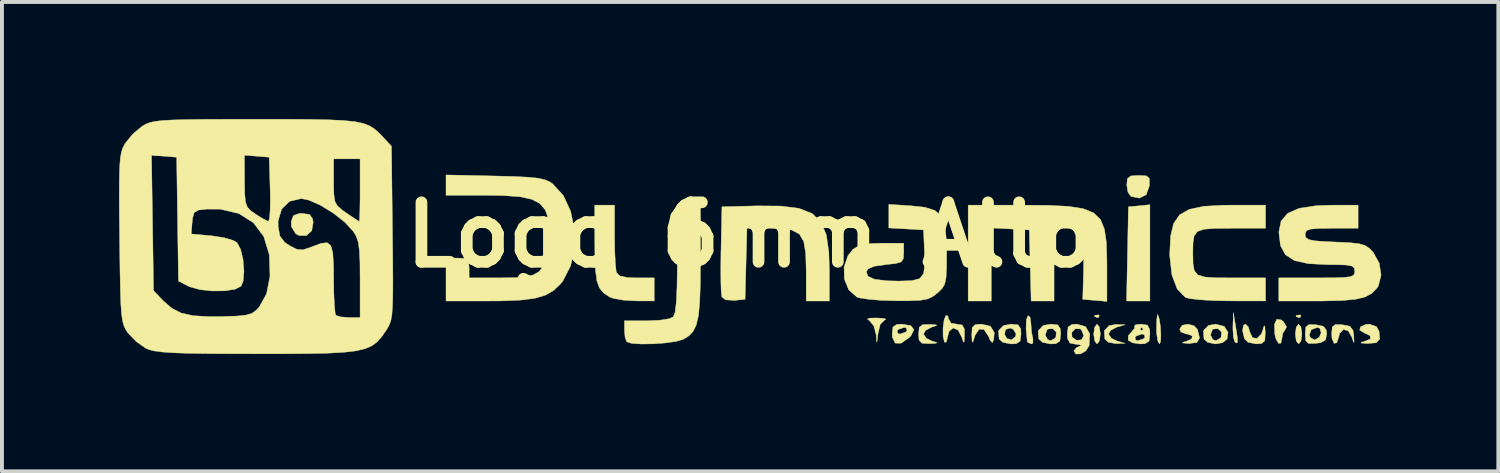
<source format=kicad_pcb>
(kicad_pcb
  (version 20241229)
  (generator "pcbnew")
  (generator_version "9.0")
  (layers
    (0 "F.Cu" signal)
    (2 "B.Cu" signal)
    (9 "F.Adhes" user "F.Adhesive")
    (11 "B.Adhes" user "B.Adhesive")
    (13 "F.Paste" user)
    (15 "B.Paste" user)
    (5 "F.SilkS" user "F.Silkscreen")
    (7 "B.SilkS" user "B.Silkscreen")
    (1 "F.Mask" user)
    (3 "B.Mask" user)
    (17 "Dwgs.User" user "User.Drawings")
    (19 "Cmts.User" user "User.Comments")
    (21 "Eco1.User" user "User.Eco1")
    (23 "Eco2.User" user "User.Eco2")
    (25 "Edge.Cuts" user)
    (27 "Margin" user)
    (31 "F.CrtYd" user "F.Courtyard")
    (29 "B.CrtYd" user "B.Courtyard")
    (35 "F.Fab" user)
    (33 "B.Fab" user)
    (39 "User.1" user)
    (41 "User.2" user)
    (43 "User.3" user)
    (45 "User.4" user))
  (footprint "Logo 6mm Alto"
    (layer "F.Cu")
    (at 16.166 2.968)
    (property "Reference" "Logo 6mm Alto" (at 0 0 0) (layer "F.SilkS") (effects (font (size 1.524 1.524) (thickness 0.3))))
    (attr through_hole)
    (fp_poly (pts (xy 10.245 1.693) (xy 9.647 1.693) (xy 9.694 -0.72) (xy 10.245 -0.773) (xy 10.245 1.693)) (stroke (width 0.01) (type solid)) (fill yes) (layer "F.SilkS"))
    (fp_poly (pts (xy 8.946 2.06) (xy 8.935 2.111) (xy 8.89 2.117) (xy 8.82 2.086) (xy 8.834 2.06) (xy 8.934 2.05) (xy 8.946 2.06)) (stroke (width 0.01) (type solid)) (fill yes) (layer "F.SilkS"))
    (fp_poly (pts (xy 14.111 2.06) (xy 14.099 2.111) (xy 14.055 2.117) (xy 13.985 2.086) (xy 13.998 2.06) (xy 14.099 2.05) (xy 14.111 2.06)) (stroke (width 0.01) (type solid)) (fill yes) (layer "F.SilkS"))
    (fp_poly (pts (xy 12.446 2.371) (xy 12.485 2.633) (xy 12.488 2.756) (xy 12.454 2.769) (xy 12.418 2.738) (xy 12.385 2.624) (xy 12.371 2.411) (xy 12.372 2.335) (xy 12.383 1.99) (xy 12.446 2.371)) (stroke (width 0.01) (type solid)) (fill yes) (layer "F.SilkS"))
    (fp_poly (pts (xy 10.485 2.154) (xy 10.514 2.35) (xy 10.526 2.565) (xy 10.518 2.734) (xy 10.491 2.794) (xy 10.446 2.718) (xy 10.418 2.526) (xy 10.414 2.399) (xy 10.42 2.175) (xy 10.435 2.05) (xy 10.445 2.039) (xy 10.485 2.154)) (stroke (width 0.01) (type solid)) (fill yes) (layer "F.SilkS"))
    (fp_poly (pts (xy -11.286 -0.524) (xy -11.208 -0.415) (xy -11.192 -0.323) (xy -11.229 -0.107) (xy -11.364 0.017) (xy -11.552 0.017) (xy -11.638 -0.029) (xy -11.749 -0.205) (xy -11.756 -0.343) (xy -11.699 -0.494) (xy -11.554 -0.547) (xy -11.472 -0.55) (xy -11.286 -0.524)) (stroke (width 0.01) (type solid)) (fill yes) (layer "F.SilkS"))
    (fp_poly (pts (xy 7.174 2.107) (xy 7.197 2.265) (xy 7.197 2.274) (xy 7.214 2.504) (xy 7.248 2.66) (xy 7.248 2.773) (xy 7.206 2.794) (xy 7.109 2.748) (xy 7.103 2.731) (xy 7.072 2.411) (xy 7.079 2.176) (xy 7.122 2.068) (xy 7.174 2.107)) (stroke (width 0.01) (type solid)) (fill yes) (layer "F.SilkS"))
    (fp_poly (pts (xy 8.949 2.36) (xy 8.975 2.537) (xy 8.975 2.54) (xy 8.95 2.718) (xy 8.891 2.794) (xy 8.89 2.794) (xy 8.831 2.72) (xy 8.805 2.543) (xy 8.805 2.54) (xy 8.83 2.362) (xy 8.889 2.286) (xy 8.89 2.286) (xy 8.949 2.36)) (stroke (width 0.01) (type solid)) (fill yes) (layer "F.SilkS"))
    (fp_poly (pts (xy 10.153 -1.513) (xy 10.231 -1.448) (xy 10.232 -1.283) (xy 10.229 -1.249) (xy 10.148 -1.027) (xy 9.974 -0.942) (xy 9.758 -0.986) (xy 9.682 -1.094) (xy 9.652 -1.277) (xy 9.669 -1.442) (xy 9.753 -1.51) (xy 9.954 -1.524) (xy 10.153 -1.513)) (stroke (width 0.01) (type solid)) (fill yes) (layer "F.SilkS"))
    (fp_poly (pts (xy 13.609 2.177) (xy 13.667 2.225) (xy 13.745 2.354) (xy 13.717 2.413) (xy 13.645 2.532) (xy 13.631 2.63) (xy 13.602 2.773) (xy 13.538 2.778) (xy 13.471 2.659) (xy 13.444 2.542) (xy 13.436 2.29) (xy 13.495 2.162) (xy 13.609 2.177)) (stroke (width 0.01) (type solid)) (fill yes) (layer "F.SilkS"))
    (fp_poly (pts (xy 14.114 2.36) (xy 14.139 2.537) (xy 14.139 2.54) (xy 14.115 2.718) (xy 14.056 2.794) (xy 14.055 2.794) (xy 13.995 2.72) (xy 13.97 2.543) (xy 13.97 2.54) (xy 13.995 2.362) (xy 14.054 2.286) (xy 14.055 2.286) (xy 14.114 2.36)) (stroke (width 0.01) (type solid)) (fill yes) (layer "F.SilkS"))
    (fp_poly (pts (xy 9.61 2.303) (xy 9.398 2.362) (xy 9.239 2.446) (xy 9.186 2.54) (xy 9.258 2.649) (xy 9.398 2.718) (xy 9.61 2.777) (xy 9.374 2.786) (xy 9.177 2.749) (xy 9.09 2.667) (xy 9.075 2.456) (xy 9.199 2.324) (xy 9.374 2.294) (xy 9.61 2.303)) (stroke (width 0.01) (type solid)) (fill yes) (layer "F.SilkS"))
    (fp_poly (pts (xy 3.435 2.141) (xy 3.482 2.163) (xy 3.455 2.174) (xy 3.336 2.291) (xy 3.279 2.524) (xy 3.257 2.717) (xy 3.245 2.747) (xy 3.235 2.622) (xy 3.232 2.565) (xy 3.175 2.337) (xy 3.069 2.208) (xy 3.007 2.154) (xy 3.078 2.131) (xy 3.26 2.129) (xy 3.435 2.141)) (stroke (width 0.01) (type solid)) (fill yes) (layer "F.SilkS"))
    (fp_poly (pts (xy 4.767 2.303) (xy 4.782 2.322) (xy 4.657 2.362) (xy 4.498 2.446) (xy 4.445 2.54) (xy 4.517 2.649) (xy 4.657 2.718) (xy 4.784 2.758) (xy 4.764 2.777) (xy 4.593 2.786) (xy 4.404 2.775) (xy 4.33 2.696) (xy 4.318 2.54) (xy 4.336 2.366) (xy 4.424 2.3) (xy 4.593 2.294) (xy 4.767 2.303)) (stroke (width 0.01) (type solid)) (fill yes) (layer "F.SilkS"))
    (fp_poly (pts (xy 6.159 2.34) (xy 6.257 2.5) (xy 6.243 2.683) (xy 6.207 2.762) (xy 6.154 2.699) (xy 6.109 2.597) (xy 5.993 2.423) (xy 5.871 2.415) (xy 5.767 2.568) (xy 5.747 2.631) (xy 5.708 2.751) (xy 5.689 2.724) (xy 5.681 2.561) (xy 5.692 2.372) (xy 5.771 2.298) (xy 5.929 2.286) (xy 6.159 2.34)) (stroke (width 0.01) (type solid)) (fill yes) (layer "F.SilkS"))
    (fp_poly (pts (xy 16.052 2.352) (xy 16.115 2.47) (xy 16.134 2.668) (xy 16.041 2.764) (xy 15.812 2.783) (xy 15.807 2.782) (xy 15.652 2.77) (xy 15.661 2.749) (xy 15.727 2.734) (xy 15.89 2.669) (xy 15.891 2.585) (xy 15.739 2.513) (xy 15.621 2.442) (xy 15.639 2.356) (xy 15.773 2.295) (xy 15.87 2.286) (xy 16.052 2.352)) (stroke (width 0.01) (type solid)) (fill yes) (layer "F.SilkS"))
    (fp_poly (pts (xy 11.375 2.327) (xy 11.463 2.42) (xy 11.517 2.643) (xy 11.449 2.756) (xy 11.247 2.783) (xy 11.239 2.782) (xy 11.084 2.769) (xy 11.092 2.749) (xy 11.155 2.734) (xy 11.311 2.669) (xy 11.333 2.589) (xy 11.216 2.542) (xy 11.176 2.54) (xy 11.038 2.487) (xy 11.007 2.413) (xy 11.072 2.316) (xy 11.218 2.287) (xy 11.375 2.327)) (stroke (width 0.01) (type solid)) (fill yes) (layer "F.SilkS"))
    (fp_poly (pts (xy 12.766 2.358) (xy 12.8 2.477) (xy 12.872 2.633) (xy 12.988 2.653) (xy 13.1 2.54) (xy 13.132 2.455) (xy 13.172 2.328) (xy 13.191 2.348) (xy 13.2 2.519) (xy 13.189 2.708) (xy 13.11 2.782) (xy 12.963 2.794) (xy 12.757 2.75) (xy 12.667 2.66) (xy 12.618 2.452) (xy 12.643 2.313) (xy 12.694 2.286) (xy 12.766 2.358)) (stroke (width 0.01) (type solid)) (fill yes) (layer "F.SilkS"))
    (fp_poly (pts (xy 15.177 2.302) (xy 15.37 2.343) (xy 15.45 2.449) (xy 15.468 2.582) (xy 15.476 2.746) (xy 15.461 2.748) (xy 15.422 2.625) (xy 15.325 2.458) (xy 15.203 2.423) (xy 15.106 2.523) (xy 15.086 2.603) (xy 15.032 2.765) (xy 14.963 2.778) (xy 14.91 2.654) (xy 14.901 2.535) (xy 14.917 2.358) (xy 14.998 2.296) (xy 15.177 2.302)) (stroke (width 0.01) (type solid)) (fill yes) (layer "F.SilkS"))
    (fp_poly (pts (xy 5.07 2.078) (xy 5.08 2.145) (xy 5.15 2.261) (xy 5.292 2.286) (xy 5.438 2.309) (xy 5.492 2.413) (xy 5.495 2.561) (xy 5.486 2.735) (xy 5.467 2.75) (xy 5.428 2.625) (xy 5.33 2.439) (xy 5.206 2.385) (xy 5.102 2.467) (xy 5.065 2.598) (xy 5.03 2.741) (xy 4.984 2.753) (xy 4.983 2.752) (xy 4.946 2.602) (xy 4.944 2.381) (xy 4.973 2.171) (xy 5.018 2.066) (xy 5.07 2.078)) (stroke (width 0.01) (type solid)) (fill yes) (layer "F.SilkS"))
    (fp_poly (pts (xy -3.471 0.035) (xy -3.466 0.399) (xy -3.452 0.708) (xy -3.432 0.915) (xy -3.42 0.967) (xy -3.335 1.051) (xy -3.14 1.093) (xy -2.912 1.101) (xy -2.455 1.101) (xy -2.455 1.693) (xy -2.942 1.691) (xy -3.242 1.673) (xy -3.493 1.629) (xy -3.598 1.591) (xy -3.752 1.487) (xy -3.857 1.361) (xy -3.923 1.18) (xy -3.959 0.914) (xy -3.974 0.529) (xy -3.977 0.233) (xy -3.979 -0.762) (xy -3.471 -0.762) (xy -3.471 0.035)) (stroke (width 0.01) (type solid)) (fill yes) (layer "F.SilkS"))
    (fp_poly (pts (xy 4.119 2.324) (xy 4.199 2.428) (xy 4.123 2.583) (xy 4.077 2.631) (xy 3.867 2.776) (xy 3.719 2.773) (xy 3.646 2.624) (xy 3.641 2.54) (xy 3.651 2.455) (xy 3.768 2.455) (xy 3.786 2.529) (xy 3.842 2.54) (xy 3.989 2.49) (xy 4.022 2.455) (xy 4.003 2.382) (xy 3.947 2.371) (xy 3.801 2.42) (xy 3.768 2.455) (xy 3.651 2.455) (xy 3.662 2.36) (xy 3.76 2.294) (xy 3.89 2.286) (xy 4.119 2.324)) (stroke (width 0.01) (type solid)) (fill yes) (layer "F.SilkS"))
    (fp_poly (pts (xy 6.867 2.306) (xy 6.934 2.403) (xy 6.943 2.54) (xy 6.922 2.719) (xy 6.824 2.786) (xy 6.686 2.794) (xy 6.478 2.754) (xy 6.381 2.667) (xy 6.372 2.544) (xy 6.519 2.544) (xy 6.578 2.655) (xy 6.7 2.689) (xy 6.8 2.606) (xy 6.816 2.534) (xy 6.745 2.42) (xy 6.668 2.387) (xy 6.549 2.423) (xy 6.519 2.544) (xy 6.372 2.544) (xy 6.365 2.457) (xy 6.492 2.323) (xy 6.686 2.286) (xy 6.867 2.306)) (stroke (width 0.01) (type solid)) (fill yes) (layer "F.SilkS"))
    (fp_poly (pts (xy 12.149 2.343) (xy 12.247 2.497) (xy 12.223 2.667) (xy 12.107 2.762) (xy 11.926 2.794) (xy 11.726 2.754) (xy 11.63 2.667) (xy 11.623 2.565) (xy 11.796 2.565) (xy 11.858 2.683) (xy 11.938 2.709) (xy 12.047 2.648) (xy 12.07 2.617) (xy 12.079 2.488) (xy 11.99 2.402) (xy 11.867 2.412) (xy 11.844 2.431) (xy 11.796 2.565) (xy 11.623 2.565) (xy 11.615 2.456) (xy 11.742 2.321) (xy 11.926 2.286) (xy 12.149 2.343)) (stroke (width 0.01) (type solid)) (fill yes) (layer "F.SilkS"))
    (fp_poly (pts (xy 7.883 2.306) (xy 7.95 2.403) (xy 7.959 2.54) (xy 7.938 2.719) (xy 7.84 2.786) (xy 7.702 2.794) (xy 7.494 2.754) (xy 7.397 2.667) (xy 7.389 2.565) (xy 7.563 2.565) (xy 7.625 2.683) (xy 7.705 2.709) (xy 7.813 2.648) (xy 7.836 2.617) (xy 7.846 2.488) (xy 7.757 2.402) (xy 7.634 2.412) (xy 7.61 2.431) (xy 7.563 2.565) (xy 7.389 2.565) (xy 7.381 2.457) (xy 7.508 2.323) (xy 7.702 2.286) (xy 7.883 2.306)) (stroke (width 0.01) (type solid)) (fill yes) (layer "F.SilkS"))
    (fp_poly (pts (xy 14.499 2.302) (xy 14.692 2.343) (xy 14.766 2.442) (xy 14.774 2.54) (xy 14.745 2.691) (xy 14.626 2.76) (xy 14.499 2.778) (xy 14.311 2.782) (xy 14.237 2.712) (xy 14.226 2.561) (xy 14.329 2.561) (xy 14.354 2.629) (xy 14.462 2.692) (xy 14.579 2.628) (xy 14.632 2.512) (xy 14.597 2.391) (xy 14.532 2.371) (xy 14.378 2.429) (xy 14.329 2.561) (xy 14.226 2.561) (xy 14.224 2.54) (xy 14.239 2.36) (xy 14.319 2.297) (xy 14.499 2.302)) (stroke (width 0.01) (type solid)) (fill yes) (layer "F.SilkS"))
    (fp_poly (pts (xy -1.27 0.673) (xy -1.274 1.277) (xy -1.29 1.735) (xy -1.323 2.073) (xy -1.379 2.312) (xy -1.462 2.478) (xy -1.578 2.595) (xy -1.706 2.673) (xy -1.888 2.728) (xy -2.164 2.768) (xy -2.482 2.791) (xy -2.788 2.796) (xy -3.032 2.779) (xy -3.161 2.738) (xy -3.161 2.738) (xy -3.202 2.619) (xy -3.217 2.441) (xy -3.217 2.201) (xy -2.642 2.201) (xy -2.313 2.186) (xy -2.069 2.147) (xy -1.964 2.1) (xy -1.921 1.985) (xy -1.89 1.735) (xy -1.871 1.338) (xy -1.863 0.785) (xy -1.863 0.618) (xy -1.863 -0.762) (xy -1.27 -0.762) (xy -1.27 0.673)) (stroke (width 0.01) (type solid)) (fill yes) (layer "F.SilkS"))
    (fp_poly (pts (xy 0.795 -0.739) (xy 1.258 -0.679) (xy 1.593 -0.547) (xy 1.819 -0.326) (xy 1.955 -0.001) (xy 2.019 0.445) (xy 2.032 0.868) (xy 2.032 1.693) (xy 1.439 1.693) (xy 1.439 0.931) (xy 1.427 0.481) (xy 1.377 0.172) (xy 1.265 -0.02) (xy 1.07 -0.124) (xy 0.77 -0.164) (xy 0.511 -0.169) (xy -0.079 -0.169) (xy -0.103 0.741) (xy -0.127 1.651) (xy -0.403 1.678) (xy -0.63 1.663) (xy -0.723 1.588) (xy -0.738 1.464) (xy -0.747 1.206) (xy -0.749 0.85) (xy -0.745 0.434) (xy -0.743 0.377) (xy -0.72 -0.72) (xy 0.186 -0.744) (xy 0.795 -0.739)) (stroke (width 0.01) (type solid)) (fill yes) (layer "F.SilkS"))
    (fp_poly (pts (xy 7.652 -0.757) (xy 8.16 -0.731) (xy 8.538 -0.672) (xy 8.804 -0.563) (xy 8.979 -0.393) (xy 9.08 -0.145) (xy 9.129 0.193) (xy 9.143 0.636) (xy 9.144 0.813) (xy 9.144 1.704) (xy 8.834 1.677) (xy 8.524 1.651) (xy 8.543 0.966) (xy 8.549 0.506) (xy 8.53 0.188) (xy 8.479 -0.012) (xy 8.383 -0.121) (xy 8.235 -0.164) (xy 8.119 -0.169) (xy 7.789 -0.169) (xy 7.789 1.693) (xy 7.202 1.693) (xy 7.178 0.783) (xy 7.154 -0.127) (xy 6.181 -0.178) (xy 6.181 1.693) (xy 5.588 1.693) (xy 5.588 -0.762) (xy 6.993 -0.762) (xy 7.652 -0.757)) (stroke (width 0.01) (type solid)) (fill yes) (layer "F.SilkS"))
    (fp_poly (pts (xy 8.596 2.35) (xy 8.703 2.533) (xy 8.69 2.82) (xy 8.684 2.842) (xy 8.602 2.972) (xy 8.471 3.048) (xy 8.349 3.053) (xy 8.297 2.97) (xy 8.367 2.885) (xy 8.445 2.852) (xy 8.493 2.823) (xy 8.38 2.805) (xy 8.361 2.804) (xy 8.195 2.772) (xy 8.134 2.658) (xy 8.128 2.54) (xy 8.133 2.5) (xy 8.243 2.5) (xy 8.25 2.617) (xy 8.367 2.701) (xy 8.494 2.687) (xy 8.551 2.587) (xy 8.495 2.44) (xy 8.459 2.408) (xy 8.332 2.405) (xy 8.243 2.5) (xy 8.133 2.5) (xy 8.149 2.36) (xy 8.248 2.294) (xy 8.376 2.286) (xy 8.596 2.35)) (stroke (width 0.01) (type solid)) (fill yes) (layer "F.SilkS"))
    (fp_poly (pts (xy 10.18 2.311) (xy 10.239 2.42) (xy 10.245 2.54) (xy 10.224 2.72) (xy 10.125 2.786) (xy 9.996 2.794) (xy 9.797 2.764) (xy 9.686 2.696) (xy 9.692 2.625) (xy 9.864 2.625) (xy 9.882 2.698) (xy 9.938 2.709) (xy 10.085 2.66) (xy 10.118 2.625) (xy 10.099 2.551) (xy 10.043 2.54) (xy 9.897 2.59) (xy 9.864 2.625) (xy 9.692 2.625) (xy 9.695 2.575) (xy 9.765 2.498) (xy 9.837 2.413) (xy 9.991 2.413) (xy 10.033 2.455) (xy 10.075 2.413) (xy 10.033 2.371) (xy 9.991 2.413) (xy 9.837 2.413) (xy 9.854 2.394) (xy 9.848 2.341) (xy 9.878 2.301) (xy 10.019 2.286) (xy 10.18 2.311)) (stroke (width 0.01) (type solid)) (fill yes) (layer "F.SilkS"))
    (fp_poly (pts (xy 13.208 -0.169) (xy 12.328 -0.169) (xy 11.908 -0.166) (xy 11.629 -0.145) (xy 11.462 -0.088) (xy 11.378 0.025) (xy 11.349 0.212) (xy 11.345 0.466) (xy 11.35 0.737) (xy 11.382 0.917) (xy 11.472 1.025) (xy 11.647 1.079) (xy 11.936 1.098) (xy 12.328 1.101) (xy 13.208 1.101) (xy 13.208 1.693) (xy 12.255 1.691) (xy 11.858 1.682) (xy 11.513 1.661) (xy 11.262 1.631) (xy 11.155 1.602) (xy 10.942 1.382) (xy 10.807 1.024) (xy 10.753 0.54) (xy 10.753 0.474) (xy 10.774 0.035) (xy 10.85 -0.289) (xy 11.004 -0.514) (xy 11.255 -0.656) (xy 11.626 -0.733) (xy 12.136 -0.761) (xy 12.315 -0.762) (xy 13.208 -0.762) (xy 13.208 -0.169)) (stroke (width 0.01) (type solid)) (fill yes) (layer "F.SilkS"))
    (fp_poly (pts (xy -6.54 -1.509) (xy -6.042 -1.496) (xy -5.682 -1.478) (xy -5.43 -1.452) (xy -5.257 -1.413) (xy -5.132 -1.359) (xy -5.061 -1.312) (xy -4.784 -1.011) (xy -4.596 -0.606) (xy -4.5 -0.141) (xy -4.499 0.342) (xy -4.598 0.798) (xy -4.799 1.186) (xy -4.859 1.26) (xy -5.036 1.427) (xy -5.245 1.546) (xy -5.516 1.625) (xy -5.88 1.671) (xy -6.365 1.691) (xy -6.686 1.693) (xy -7.789 1.693) (xy -7.789 0.593) (xy -7.493 0.593) (xy -7.294 0.607) (xy -7.212 0.679) (xy -7.197 0.847) (xy -7.197 1.101) (xy -6.404 1.101) (xy -6.009 1.095) (xy -5.741 1.073) (xy -5.56 1.028) (xy -5.424 0.953) (xy -5.396 0.931) (xy -5.225 0.701) (xy -5.125 0.362) (xy -5.104 -0.036) (xy -5.163 -0.418) (xy -5.248 -0.64) (xy -5.38 -0.8) (xy -5.585 -0.909) (xy -5.888 -0.976) (xy -6.313 -1.008) (xy -6.813 -1.016) (xy -7.789 -1.016) (xy -7.789 -1.536) (xy -6.54 -1.509)) (stroke (width 0.01) (type solid)) (fill yes) (layer "F.SilkS"))
    (fp_poly (pts (xy 4.108 -0.747) (xy 4.482 -0.707) (xy 4.74 -0.624) (xy 4.905 -0.473) (xy 4.995 -0.225) (xy 5.032 0.146) (xy 5.038 0.475) (xy 5.035 0.853) (xy 5.021 1.102) (xy 4.987 1.261) (xy 4.923 1.371) (xy 4.819 1.473) (xy 4.8 1.489) (xy 4.675 1.584) (xy 4.54 1.644) (xy 4.354 1.676) (xy 4.075 1.688) (xy 3.742 1.688) (xy 3.366 1.676) (xy 3.037 1.65) (xy 2.804 1.614) (xy 2.737 1.593) (xy 2.528 1.407) (xy 2.417 1.133) (xy 2.409 0.823) (xy 2.509 0.531) (xy 2.638 0.369) (xy 2.791 0.275) (xy 3.019 0.226) (xy 3.367 0.212) (xy 3.374 0.212) (xy 3.937 0.212) (xy 3.937 0.466) (xy 3.927 0.612) (xy 3.871 0.693) (xy 3.726 0.734) (xy 3.472 0.762) (xy 3.176 0.805) (xy 3.021 0.873) (xy 2.981 0.942) (xy 3.018 1.059) (xy 3.188 1.136) (xy 3.505 1.176) (xy 3.81 1.183) (xy 4.144 1.173) (xy 4.346 1.12) (xy 4.447 0.991) (xy 4.477 0.754) (xy 4.47 0.458) (xy 4.445 -0.127) (xy 4 -0.153) (xy 3.556 -0.178) (xy 3.556 -0.782) (xy 4.108 -0.747)) (stroke (width 0.01) (type solid)) (fill yes) (layer "F.SilkS"))
    (fp_poly (pts (xy 15.579 -0.169) (xy 14.901 -0.169) (xy 14.563 -0.165) (xy 14.36 -0.148) (xy 14.259 -0.11) (xy 14.226 -0.043) (xy 14.224 -0.008) (xy 14.24 0.069) (xy 14.311 0.119) (xy 14.467 0.151) (xy 14.74 0.171) (xy 14.993 0.182) (xy 15.363 0.2) (xy 15.605 0.226) (xy 15.762 0.273) (xy 15.875 0.351) (xy 15.967 0.449) (xy 16.121 0.726) (xy 16.167 1.033) (xy 16.099 1.306) (xy 16.063 1.362) (xy 15.931 1.497) (xy 15.756 1.591) (xy 15.51 1.65) (xy 15.161 1.682) (xy 14.679 1.693) (xy 14.568 1.693) (xy 13.547 1.693) (xy 13.547 1.101) (xy 14.52 1.101) (xy 14.939 1.099) (xy 15.216 1.09) (xy 15.382 1.07) (xy 15.464 1.032) (xy 15.492 0.973) (xy 15.494 0.931) (xy 15.48 0.847) (xy 15.415 0.797) (xy 15.266 0.771) (xy 14.997 0.763) (xy 14.812 0.762) (xy 14.31 0.738) (xy 13.952 0.659) (xy 13.718 0.51) (xy 13.591 0.279) (xy 13.551 -0.046) (xy 13.551 -0.085) (xy 13.606 -0.357) (xy 13.776 -0.554) (xy 14.074 -0.683) (xy 14.511 -0.749) (xy 14.907 -0.762) (xy 15.579 -0.762) (xy 15.579 -0.169)) (stroke (width 0.01) (type solid)) (fill yes) (layer "F.SilkS"))
    (fp_poly (pts (xy -11.906 -2.963) (xy -11.286 -2.959) (xy -10.798 -2.949) (xy -10.42 -2.931) (xy -10.133 -2.902) (xy -9.918 -2.859) (xy -9.756 -2.798) (xy -9.626 -2.718) (xy -9.51 -2.616) (xy -9.398 -2.499) (xy -9.186 -2.273) (xy -9.161 -0.054) (xy -9.154 0.616) (xy -9.15 1.139) (xy -9.152 1.535) (xy -9.16 1.827) (xy -9.175 2.037) (xy -9.2 2.185) (xy -9.237 2.294) (xy -9.285 2.385) (xy -9.332 2.458) (xy -9.443 2.616) (xy -9.556 2.742) (xy -9.689 2.842) (xy -9.862 2.916) (xy -10.093 2.971) (xy -10.401 3.007) (xy -10.806 3.03) (xy -11.327 3.041) (xy -11.982 3.046) (xy -12.658 3.046) (xy -13.401 3.044) (xy -13.995 3.04) (xy -14.457 3.032) (xy -14.809 3.019) (xy -15.068 3) (xy -15.254 2.975) (xy -15.387 2.943) (xy -15.476 2.907) (xy -15.72 2.739) (xy -15.933 2.519) (xy -15.941 2.507) (xy -15.999 2.42) (xy -16.044 2.324) (xy -16.077 2.198) (xy -16.102 2.02) (xy -16.12 1.769) (xy -16.132 1.422) (xy -16.141 0.958) (xy -16.149 0.354) (xy -16.152 0.085) (xy -16.159 -0.579) (xy -16.161 -1.096) (xy -16.158 -1.487) (xy -16.148 -1.774) (xy -16.131 -1.981) (xy -16.119 -2.043) (xy -15.334 -2.043) (xy -15.308 -0.307) (xy -15.282 1.429) (xy -15.032 1.69) (xy -14.818 1.877) (xy -14.579 2) (xy -14.276 2.069) (xy -13.87 2.094) (xy -13.518 2.092) (xy -13.154 2.08) (xy -12.917 2.056) (xy -12.764 2.011) (xy -12.653 1.932) (xy -12.574 1.846) (xy -12.387 1.508) (xy -12.299 1.058) (xy -12.316 0.528) (xy -12.32 0.499) (xy -12.458 0.042) (xy -12.722 -0.31) (xy -13.098 -0.548) (xy -13.572 -0.659) (xy -13.912 -0.661) (xy -14.136 -0.635) (xy -14.243 -0.57) (xy -14.283 -0.422) (xy -14.292 -0.33) (xy -14.317 -0.024) (xy -13.794 0.023) (xy -13.484 0.07) (xy -13.242 0.141) (xy -13.143 0.198) (xy -13.05 0.374) (xy -12.988 0.642) (xy -12.965 0.935) (xy -12.987 1.187) (xy -13.038 1.312) (xy -13.193 1.392) (xy -13.458 1.433) (xy -13.777 1.437) (xy -14.095 1.402) (xy -14.356 1.33) (xy -14.396 1.311) (xy -14.644 1.183) (xy -14.667 -0.403) (xy -14.69 -1.99) (xy -15.012 -2.016) (xy -15.327 -2.042) (xy -12.954 -2.042) (xy -12.951 -1.381) (xy -12.946 -1.047) (xy -12.926 -0.838) (xy -12.876 -0.707) (xy -12.782 -0.612) (xy -12.676 -0.537) (xy -12.484 -0.417) (xy -12.353 -0.351) (xy -12.337 -0.347) (xy -12.334 -0.356) (xy -12.091 -0.356) (xy -12.09 -0.217) (xy -12.044 0.032) (xy -11.922 0.191) (xy -11.796 0.275) (xy -11.609 0.37) (xy -11.458 0.383) (xy -11.258 0.318) (xy -11.208 0.298) (xy -10.985 0.215) (xy -10.833 0.2) (xy -10.74 0.275) (xy -10.69 0.461) (xy -10.671 0.778) (xy -10.668 1.126) (xy -10.663 1.496) (xy -10.649 1.801) (xy -10.629 2.001) (xy -10.612 2.06) (xy -10.495 2.099) (xy -10.29 2.117) (xy -10.273 2.117) (xy -9.991 2.117) (xy -9.991 1.135) (xy -9.994 0.697) (xy -10.009 0.392) (xy -10.039 0.183) (xy -10.09 0.033) (xy -10.165 -0.091) (xy -10.379 -0.323) (xy -10.673 -0.555) (xy -10.997 -0.755) (xy -11.298 -0.89) (xy -11.499 -0.931) (xy -11.798 -0.859) (xy -12.001 -0.66) (xy -12.091 -0.356) (xy -12.334 -0.356) (xy -12.311 -0.422) (xy -12.295 -0.63) (xy -12.291 -0.936) (xy -12.295 -1.164) (xy -12.318 -1.947) (xy -10.668 -1.947) (xy -10.668 -1.366) (xy -10.664 -1.057) (xy -10.639 -0.866) (xy -10.572 -0.742) (xy -10.443 -0.632) (xy -10.351 -0.567) (xy -10.157 -0.436) (xy -10.033 -0.355) (xy -10.012 -0.344) (xy -10.003 -0.42) (xy -9.996 -0.629) (xy -9.991 -0.935) (xy -9.991 -1.143) (xy -9.991 -1.947) (xy -10.668 -1.947) (xy -12.318 -1.947) (xy -12.319 -1.99) (xy -12.636 -2.016) (xy -12.954 -2.042) (xy -15.327 -2.042) (xy -15.334 -2.043) (xy -16.119 -2.043) (xy -16.104 -2.127) (xy -16.066 -2.237) (xy -16.017 -2.33) (xy -16.005 -2.35) (xy -15.809 -2.589) (xy -15.568 -2.788) (xy -15.558 -2.794) (xy -15.472 -2.842) (xy -15.372 -2.88) (xy -15.24 -2.908) (xy -15.056 -2.93) (xy -14.8 -2.945) (xy -14.452 -2.954) (xy -13.994 -2.96) (xy -13.406 -2.962) (xy -12.675 -2.963) (xy -11.906 -2.963)) (stroke (width 0.01) (type solid)) (fill yes) (layer "F.SilkS")))
  (gr_rect
    (start -3 -3)
    (end 35.338 9.026)
    (stroke (width 0.1) (type default))
    (fill no)
    (layer "Edge.Cuts")))
</source>
